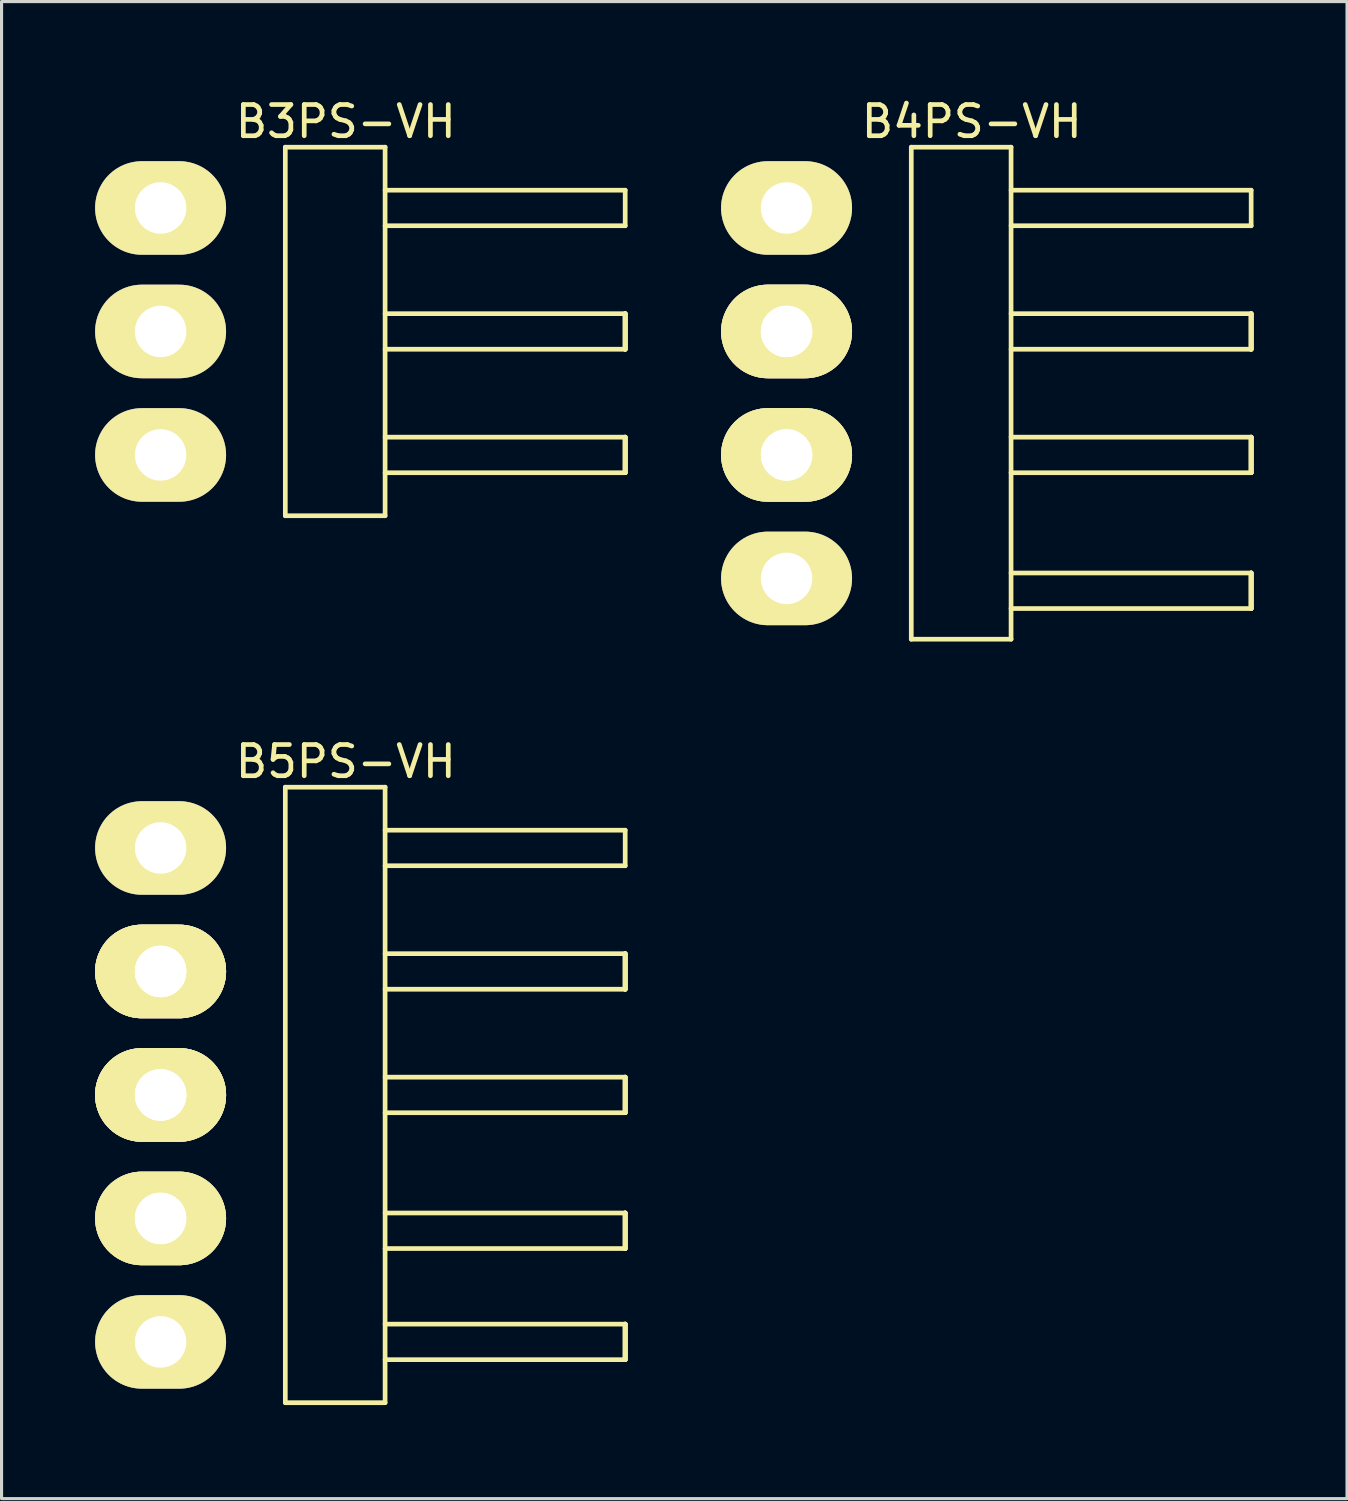
<source format=kicad_pcb>
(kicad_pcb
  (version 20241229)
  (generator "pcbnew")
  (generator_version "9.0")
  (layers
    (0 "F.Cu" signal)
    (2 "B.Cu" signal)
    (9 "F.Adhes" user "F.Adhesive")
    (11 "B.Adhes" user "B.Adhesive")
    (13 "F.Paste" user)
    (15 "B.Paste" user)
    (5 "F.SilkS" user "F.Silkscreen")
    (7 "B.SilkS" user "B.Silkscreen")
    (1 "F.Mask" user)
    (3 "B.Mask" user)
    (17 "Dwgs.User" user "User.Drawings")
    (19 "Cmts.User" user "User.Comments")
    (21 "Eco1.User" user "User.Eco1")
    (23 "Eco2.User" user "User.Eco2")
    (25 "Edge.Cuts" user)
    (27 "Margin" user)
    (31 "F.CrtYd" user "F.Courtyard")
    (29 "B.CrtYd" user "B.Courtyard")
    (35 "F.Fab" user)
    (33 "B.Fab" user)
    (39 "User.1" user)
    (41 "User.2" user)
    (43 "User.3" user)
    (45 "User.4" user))
  (footprint "B4PS-VH"
    (layer "F.Cu")
    (at 22.175 3.62)
    (property "Reference" "B4PS-VH" (at 5.94 -2.772 0) (layer "F.SilkS") (effects (font (size 1 1) (thickness 0.15))))
    (attr through_hole)
    (fp_line (start 4 -1.95) (end 4 13.83) (stroke (width 0.15) (type solid)) (layer "F.SilkS"))
    (fp_line (start 4 13.83) (end 7.2 13.83) (stroke (width 0.15) (type solid)) (layer "F.SilkS"))
    (fp_line (start 7.2 -1.95) (end 4 -1.95) (stroke (width 0.15) (type solid)) (layer "F.SilkS"))
    (fp_line (start 7.2 -0.57) (end 14.9 -0.57) (stroke (width 0.15) (type solid)) (layer "F.SilkS"))
    (fp_line (start 7.2 3.39) (end 14.9 3.39) (stroke (width 0.15) (type solid)) (layer "F.SilkS"))
    (fp_line (start 7.2 7.35) (end 14.9 7.35) (stroke (width 0.15) (type solid)) (layer "F.SilkS"))
    (fp_line (start 7.2 11.706) (end 14.9 11.706) (stroke (width 0.15) (type solid)) (layer "F.SilkS"))
    (fp_line (start 7.2 13.83) (end 7.2 -1.95) (stroke (width 0.15) (type solid)) (layer "F.SilkS"))
    (fp_line (start 14.9 -0.57) (end 14.9 0.57) (stroke (width 0.15) (type solid)) (layer "F.SilkS"))
    (fp_line (start 14.9 0.57) (end 7.2 0.57) (stroke (width 0.15) (type solid)) (layer "F.SilkS"))
    (fp_line (start 14.9 3.39) (end 14.9 4.53) (stroke (width 0.15) (type solid)) (layer "F.SilkS"))
    (fp_line (start 14.9 3.39) (end 14.9 4.53) (stroke (width 0.15) (type solid)) (layer "F.SilkS"))
    (fp_line (start 14.9 3.39) (end 14.9 4.53) (stroke (width 0.15) (type solid)) (layer "F.SilkS"))
    (fp_line (start 14.9 3.39) (end 14.9 4.53) (stroke (width 0.15) (type solid)) (layer "F.SilkS"))
    (fp_line (start 14.9 4.53) (end 7.2 4.53) (stroke (width 0.15) (type solid)) (layer "F.SilkS"))
    (fp_line (start 14.9 7.35) (end 14.9 8.49) (stroke (width 0.15) (type solid)) (layer "F.SilkS"))
    (fp_line (start 14.9 7.35) (end 14.9 8.49) (stroke (width 0.15) (type solid)) (layer "F.SilkS"))
    (fp_line (start 14.9 7.35) (end 14.9 8.49) (stroke (width 0.15) (type solid)) (layer "F.SilkS"))
    (fp_line (start 14.9 7.35) (end 14.9 8.49) (stroke (width 0.15) (type solid)) (layer "F.SilkS"))
    (fp_line (start 14.9 8.49) (end 7.2 8.49) (stroke (width 0.15) (type solid)) (layer "F.SilkS"))
    (fp_line (start 14.9 11.706) (end 14.9 12.846) (stroke (width 0.15) (type solid)) (layer "F.SilkS"))
    (fp_line (start 14.9 11.706) (end 14.9 12.846) (stroke (width 0.15) (type solid)) (layer "F.SilkS"))
    (fp_line (start 14.9 11.706) (end 14.9 12.846) (stroke (width 0.15) (type solid)) (layer "F.SilkS"))
    (fp_line (start 14.9 11.706) (end 14.9 12.846) (stroke (width 0.15) (type solid)) (layer "F.SilkS"))
    (fp_line (start 14.9 12.846) (end 7.2 12.846) (stroke (width 0.15) (type solid)) (layer "F.SilkS"))
    (pad "1" thru_hole oval (at 0 0) (size 4.2 3) (drill 1.65) (layers "*.Cu" "*.Mask" "F.SilkS"))
    (pad "2" thru_hole oval (at 0 3.96) (size 4.2 3) (drill 1.65) (layers "*.Cu" "*.Mask" "F.SilkS"))
    (pad "2" thru_hole oval (at 0 3.96) (size 4.2 3) (drill 1.65) (layers "*.Cu" "*.Mask" "F.SilkS"))
    (pad "3" thru_hole oval (at 0 7.92) (size 4.2 3) (drill 1.65) (layers "*.Cu" "*.Mask" "F.SilkS"))
    (pad "3" thru_hole oval (at 0 7.92) (size 4.2 3) (drill 1.65) (layers "*.Cu" "*.Mask" "F.SilkS"))
    (pad "4" thru_hole oval (at 0 11.88) (size 4.2 3) (drill 1.65) (layers "*.Cu" "*.Mask" "F.SilkS")))
  (footprint "B5PS-VH"
    (layer "F.Cu")
    (at 2.1 24.145)
    (property "Reference" "B5PS-VH" (at 5.94 -2.772 0) (layer "F.SilkS") (effects (font (size 1 1) (thickness 0.15))))
    (attr through_hole)
    (fp_line (start 4 -1.95) (end 4 17.79) (stroke (width 0.15) (type solid)) (layer "F.SilkS"))
    (fp_line (start 4 17.79) (end 7.2 17.79) (stroke (width 0.15) (type solid)) (layer "F.SilkS"))
    (fp_line (start 7.2 -1.95) (end 4 -1.95) (stroke (width 0.15) (type solid)) (layer "F.SilkS"))
    (fp_line (start 7.2 -0.57) (end 14.9 -0.57) (stroke (width 0.15) (type solid)) (layer "F.SilkS"))
    (fp_line (start 7.2 3.39) (end 14.9 3.39) (stroke (width 0.15) (type solid)) (layer "F.SilkS"))
    (fp_line (start 7.2 7.35) (end 14.9 7.35) (stroke (width 0.15) (type solid)) (layer "F.SilkS"))
    (fp_line (start 7.2 11.706) (end 14.9 11.706) (stroke (width 0.15) (type solid)) (layer "F.SilkS"))
    (fp_line (start 7.2 15.27) (end 14.9 15.27) (stroke (width 0.15) (type solid)) (layer "F.SilkS"))
    (fp_line (start 7.2 17.79) (end 7.2 -1.95) (stroke (width 0.15) (type solid)) (layer "F.SilkS"))
    (fp_line (start 14.9 -0.57) (end 14.9 0.57) (stroke (width 0.15) (type solid)) (layer "F.SilkS"))
    (fp_line (start 14.9 0.57) (end 7.2 0.57) (stroke (width 0.15) (type solid)) (layer "F.SilkS"))
    (fp_line (start 14.9 3.39) (end 14.9 4.53) (stroke (width 0.15) (type solid)) (layer "F.SilkS"))
    (fp_line (start 14.9 3.39) (end 14.9 4.53) (stroke (width 0.15) (type solid)) (layer "F.SilkS"))
    (fp_line (start 14.9 3.39) (end 14.9 4.53) (stroke (width 0.15) (type solid)) (layer "F.SilkS"))
    (fp_line (start 14.9 3.39) (end 14.9 4.53) (stroke (width 0.15) (type solid)) (layer "F.SilkS"))
    (fp_line (start 14.9 4.53) (end 7.2 4.53) (stroke (width 0.15) (type solid)) (layer "F.SilkS"))
    (fp_line (start 14.9 7.35) (end 14.9 8.49) (stroke (width 0.15) (type solid)) (layer "F.SilkS"))
    (fp_line (start 14.9 7.35) (end 14.9 8.49) (stroke (width 0.15) (type solid)) (layer "F.SilkS"))
    (fp_line (start 14.9 7.35) (end 14.9 8.49) (stroke (width 0.15) (type solid)) (layer "F.SilkS"))
    (fp_line (start 14.9 7.35) (end 14.9 8.49) (stroke (width 0.15) (type solid)) (layer "F.SilkS"))
    (fp_line (start 14.9 8.49) (end 7.2 8.49) (stroke (width 0.15) (type solid)) (layer "F.SilkS"))
    (fp_line (start 14.9 11.706) (end 14.9 12.846) (stroke (width 0.15) (type solid)) (layer "F.SilkS"))
    (fp_line (start 14.9 11.706) (end 14.9 12.846) (stroke (width 0.15) (type solid)) (layer "F.SilkS"))
    (fp_line (start 14.9 11.706) (end 14.9 12.846) (stroke (width 0.15) (type solid)) (layer "F.SilkS"))
    (fp_line (start 14.9 11.706) (end 14.9 12.846) (stroke (width 0.15) (type solid)) (layer "F.SilkS"))
    (fp_line (start 14.9 12.846) (end 7.2 12.846) (stroke (width 0.15) (type solid)) (layer "F.SilkS"))
    (fp_line (start 14.9 15.27) (end 14.9 16.41) (stroke (width 0.15) (type solid)) (layer "F.SilkS"))
    (fp_line (start 14.9 15.27) (end 14.9 16.41) (stroke (width 0.15) (type solid)) (layer "F.SilkS"))
    (fp_line (start 14.9 15.27) (end 14.9 16.41) (stroke (width 0.15) (type solid)) (layer "F.SilkS"))
    (fp_line (start 14.9 15.27) (end 14.9 16.41) (stroke (width 0.15) (type solid)) (layer "F.SilkS"))
    (fp_line (start 14.9 16.41) (end 7.2 16.41) (stroke (width 0.15) (type solid)) (layer "F.SilkS"))
    (pad "1" thru_hole oval (at 0 0) (size 4.2 3) (drill 1.65) (layers "*.Cu" "*.Mask" "F.SilkS"))
    (pad "2" thru_hole oval (at 0 3.96) (size 4.2 3) (drill 1.65) (layers "*.Cu" "*.Mask" "F.SilkS"))
    (pad "2" thru_hole oval (at 0 3.96) (size 4.2 3) (drill 1.65) (layers "*.Cu" "*.Mask" "F.SilkS"))
    (pad "2" thru_hole oval (at 0 3.96) (size 4.2 3) (drill 1.65) (layers "*.Cu" "*.Mask" "F.SilkS"))
    (pad "3" thru_hole oval (at 0 7.92) (size 4.2 3) (drill 1.65) (layers "*.Cu" "*.Mask" "F.SilkS"))
    (pad "3" thru_hole oval (at 0 7.92) (size 4.2 3) (drill 1.65) (layers "*.Cu" "*.Mask" "F.SilkS"))
    (pad "3" thru_hole oval (at 0 7.92) (size 4.2 3) (drill 1.65) (layers "*.Cu" "*.Mask" "F.SilkS"))
    (pad "4" thru_hole oval (at 0 11.88) (size 4.2 3) (drill 1.65) (layers "*.Cu" "*.Mask" "F.SilkS"))
    (pad "4" thru_hole oval (at 0 11.88) (size 4.2 3) (drill 1.65) (layers "*.Cu" "*.Mask" "F.SilkS"))
    (pad "5" thru_hole oval (at 0 15.84) (size 4.2 3) (drill 1.65) (layers "*.Cu" "*.Mask" "F.SilkS")))
  (footprint "B3PS-VH"
    (layer "F.Cu")
    (at 2.1 3.62)
    (property "Reference" "B3PS-VH" (at 5.94 -2.772 0) (layer "F.SilkS") (effects (font (size 1 1) (thickness 0.15))))
    (attr through_hole)
    (fp_line (start 4 -1.95) (end 4 9.87) (stroke (width 0.15) (type solid)) (layer "F.SilkS"))
    (fp_line (start 4 9.87) (end 7.2 9.87) (stroke (width 0.15) (type solid)) (layer "F.SilkS"))
    (fp_line (start 7.2 -1.95) (end 4 -1.95) (stroke (width 0.15) (type solid)) (layer "F.SilkS"))
    (fp_line (start 7.2 -0.57) (end 14.9 -0.57) (stroke (width 0.15) (type solid)) (layer "F.SilkS"))
    (fp_line (start 7.2 3.39) (end 14.9 3.39) (stroke (width 0.15) (type solid)) (layer "F.SilkS"))
    (fp_line (start 7.2 7.35) (end 14.9 7.35) (stroke (width 0.15) (type solid)) (layer "F.SilkS"))
    (fp_line (start 7.2 9.87) (end 7.2 -1.95) (stroke (width 0.15) (type solid)) (layer "F.SilkS"))
    (fp_line (start 14.9 -0.57) (end 14.9 0.57) (stroke (width 0.15) (type solid)) (layer "F.SilkS"))
    (fp_line (start 14.9 0.57) (end 7.2 0.57) (stroke (width 0.15) (type solid)) (layer "F.SilkS"))
    (fp_line (start 14.9 3.39) (end 14.9 4.53) (stroke (width 0.15) (type solid)) (layer "F.SilkS"))
    (fp_line (start 14.9 3.39) (end 14.9 4.53) (stroke (width 0.15) (type solid)) (layer "F.SilkS"))
    (fp_line (start 14.9 3.39) (end 14.9 4.53) (stroke (width 0.15) (type solid)) (layer "F.SilkS"))
    (fp_line (start 14.9 3.39) (end 14.9 4.53) (stroke (width 0.15) (type solid)) (layer "F.SilkS"))
    (fp_line (start 14.9 4.53) (end 7.2 4.53) (stroke (width 0.15) (type solid)) (layer "F.SilkS"))
    (fp_line (start 14.9 7.35) (end 14.9 8.49) (stroke (width 0.15) (type solid)) (layer "F.SilkS"))
    (fp_line (start 14.9 7.35) (end 14.9 8.49) (stroke (width 0.15) (type solid)) (layer "F.SilkS"))
    (fp_line (start 14.9 7.35) (end 14.9 8.49) (stroke (width 0.15) (type solid)) (layer "F.SilkS"))
    (fp_line (start 14.9 7.35) (end 14.9 8.49) (stroke (width 0.15) (type solid)) (layer "F.SilkS"))
    (fp_line (start 14.9 8.49) (end 7.2 8.49) (stroke (width 0.15) (type solid)) (layer "F.SilkS"))
    (pad "1" thru_hole oval (at 0 0) (size 4.2 3) (drill 1.65) (layers "*.Cu" "*.Mask" "F.SilkS"))
    (pad "2" thru_hole oval (at 0 3.96) (size 4.2 3) (drill 1.65) (layers "*.Cu" "*.Mask" "F.SilkS"))
    (pad "3" thru_hole oval (at 0 7.92) (size 4.2 3) (drill 1.65) (layers "*.Cu" "*.Mask" "F.SilkS")))
  (gr_rect
    (start -3 -3)
    (end 40.15 45.011)
    (stroke (width 0.1) (type default))
    (fill no)
    (layer "Edge.Cuts")))
</source>
